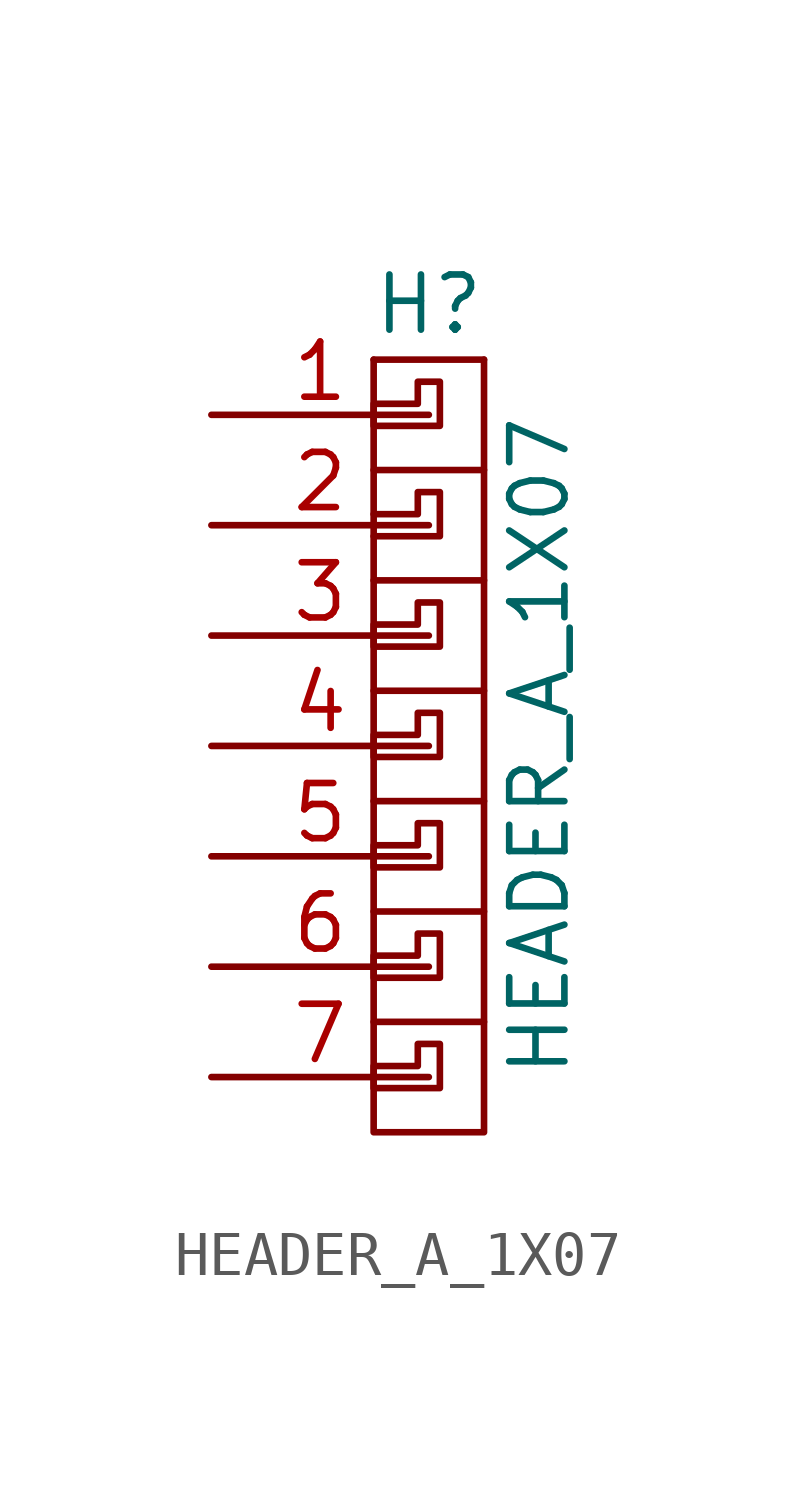
<source format=kicad_sym>
(kicad_symbol_lib
  (version 20220914)
  (generator kicad_symbol_editor)
  (symbol "HEADER_A_1X07"
    (pin_names
      (offset 1.016) hide)
    (property "Reference" "H"
      (at 0 13.97 0)
      (effects (font (size 1.27 1.27))))
    (property "Value" "HEADER_A_1X07"
      (at 2.54 3.81 90)
      (effects (font (size 1.27 1.27))))
    (property "Footprint" ""
      (at 0 0 0)
      (effects (font (size 1.27 1.27))))
    (property "Datasheet" ""
      (at 0 0 0)
      (effects (font (size 1.27 1.27))))
    (symbol "HEADER_A_1X07_0_1"
      (polyline (pts (xy 1.27 12.7) (xy -1.27 12.7)) (stroke (width 0) (type solid)) (fill (type none)))
      (polyline (pts (xy -1.27 -2.54) (xy -1.27 -5.08) (xy 1.27 -5.08) (xy 1.27 -2.54)) (stroke (width 0) (type solid)) (fill (type none)))
      (polyline (pts (xy -1.27 0) (xy -1.27 -2.54) (xy 1.27 -2.54) (xy 1.27 0)) (stroke (width 0) (type solid)) (fill (type none)))
      (polyline (pts (xy -1.27 2.54) (xy -1.27 0) (xy 1.27 0) (xy 1.27 2.54)) (stroke (width 0) (type solid)) (fill (type none)))
      (polyline (pts (xy -1.27 5.08) (xy -1.27 2.54) (xy 1.27 2.54) (xy 1.27 5.08)) (stroke (width 0) (type solid)) (fill (type none)))
      (polyline (pts (xy -1.27 7.62) (xy -1.27 5.08) (xy 1.27 5.08) (xy 1.27 7.62)) (stroke (width 0) (type solid)) (fill (type none)))
      (polyline (pts (xy -1.27 10.16) (xy -1.27 7.62) (xy 1.27 7.62) (xy 1.27 10.16)) (stroke (width 0) (type solid)) (fill (type none)))
      (polyline (pts (xy -1.27 12.7) (xy -1.27 10.16) (xy 1.27 10.16) (xy 1.27 12.7)) (stroke (width 0) (type solid)) (fill (type none)))
      (polyline (pts (xy -1.27 9.144) (xy -0.254 9.144) (xy -0.254 9.652) (xy 0.254 9.652) (xy 0.254 8.636) (xy -1.27 8.636)) (stroke (width 0) (type solid)) (fill (type none)))
      (polyline (pts (xy -1.27 -4.064) (xy 0.254 -4.064) (xy 0.254 -3.048) (xy -0.254 -3.048) (xy -0.254 -3.556) (xy -1.27 -3.556) (xy -1.27 -4.064)) (stroke (width 0) (type solid)) (fill (type none)))
      (polyline (pts (xy -1.27 -1.524) (xy 0.254 -1.524) (xy 0.254 -0.508) (xy -0.254 -0.508) (xy -0.254 -1.016) (xy -1.27 -1.016) (xy -1.27 -1.524)) (stroke (width 0) (type solid)) (fill (type none)))
      (polyline (pts (xy -1.27 1.016) (xy 0.254 1.016) (xy 0.254 2.032) (xy -0.254 2.032) (xy -0.254 1.524) (xy -1.27 1.524) (xy -1.27 1.016)) (stroke (width 0) (type solid)) (fill (type none)))
      (polyline (pts (xy -1.27 6.096) (xy 0.254 6.096) (xy 0.254 7.112) (xy -0.254 7.112) (xy -0.254 6.604) (xy -1.27 6.604) (xy -1.27 6.096)) (stroke (width 0) (type solid)) (fill (type none)))
      (polyline (pts (xy -0.254 12.192) (xy 0.254 12.192) (xy 0.254 11.176) (xy -1.27 11.176) (xy -1.27 11.684) (xy -0.254 11.684) (xy -0.254 12.192)) (stroke (width 0) (type solid)) (fill (type none)))
      (polyline (pts (xy -1.27 3.556) (xy 0.254 3.556) (xy 0.254 4.572) (xy 0 4.572) (xy -0.254 4.572) (xy -0.254 4.064) (xy -1.27 4.064) (xy -1.27 3.556)) (stroke (width 0) (type solid)) (fill (type none))))
    (symbol "HEADER_A_1X07_1_1"
      (pin passive line (at 0 11.43 180) (length 5.004) (name "P1" (effects (font (size 1.27 1.27)))) (number "1" (effects (font (size 1.27 1.27)))))
      (pin passive line (at 0 8.89 180) (length 5.004) (name "P2" (effects (font (size 1.27 1.27)))) (number "2" (effects (font (size 1.27 1.27)))))
      (pin passive line (at 0 6.35 180) (length 5.004) (name "P3" (effects (font (size 1.27 1.27)))) (number "3" (effects (font (size 1.27 1.27)))))
      (pin passive line (at 0 3.81 180) (length 5.004) (name "P4" (effects (font (size 1.27 1.27)))) (number "4" (effects (font (size 1.27 1.27)))))
      (pin passive line (at 0 1.27 180) (length 5.004) (name "P5" (effects (font (size 1.27 1.27)))) (number "5" (effects (font (size 1.27 1.27)))))
      (pin passive line (at 0 -1.27 180) (length 5.004) (name "P6" (effects (font (size 1.27 1.27)))) (number "6" (effects (font (size 1.27 1.27)))))
      (pin passive line (at 0 -3.81 180) (length 5.004) (name "P7" (effects (font (size 1.27 1.27)))) (number "7" (effects (font (size 1.27 1.27))))))))
</source>
